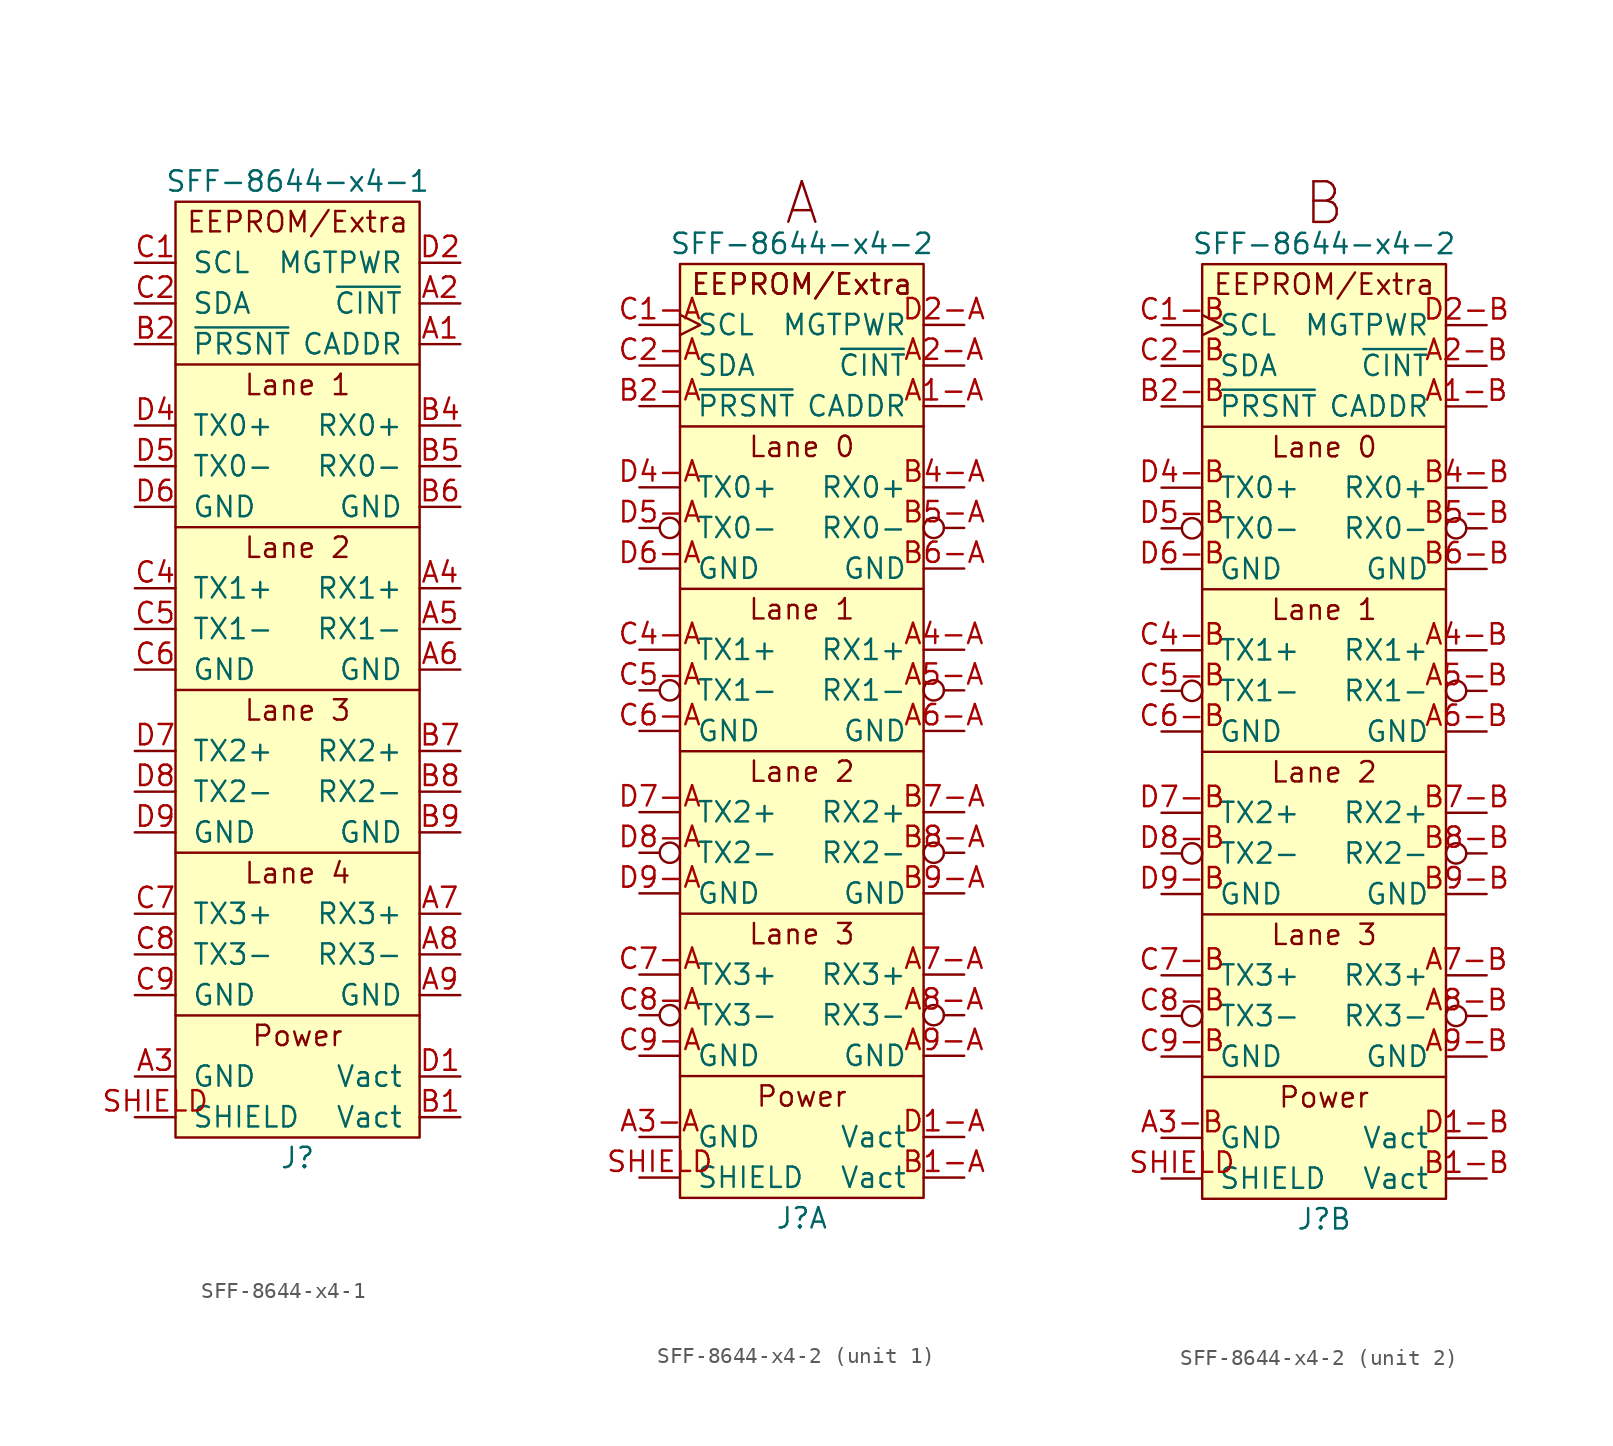
<source format=kicad_sym>
(kicad_symbol_lib
  (version 20201005)
  (generator kicad_symbol_editor)
  (symbol "lethalbit-pcie:SFF-8644-x4-1"
    (pin_names
      (offset 1.016))
    (property "Reference" "J"
      (at 0 -33.02 0)
      (effects (font (size 1.27 1.27))))
    (property "Value" "SFF-8644-x4-1"
      (at 0 27.94 0)
      (effects (font (size 1.27 1.27))))
    (symbol "SFF-8644-x4-1_0_0"
      (text "Lane 4" (at 0 -15.24 0) (effects (font (size 1.27 1.27))))
      (polyline (pts (xy -7.62 -13.97) (xy 7.62 -13.97)) (stroke (width 0)) (fill (type none))))
    (symbol "SFF-8644-x4-1_0_1"
      (rectangle (start -7.62 26.67) (end 7.62 -31.75) (stroke (width 0)) (fill (type background))))
    (symbol "SFF-8644-x4-1_1_1"
      (text "EEPROM/Extra" (at 0 25.4 0) (effects (font (size 1.27 1.27))))
      (text "Lane 1" (at 0 15.24 0) (effects (font (size 1.27 1.27))))
      (text "Lane 2" (at 0 5.08 0) (effects (font (size 1.27 1.27))))
      (text "Lane 3" (at 0 -5.08 0) (effects (font (size 1.27 1.27))))
      (text "Power" (at 0 -25.4 0) (effects (font (size 1.27 1.27))))
      (polyline (pts (xy -7.62 -3.81) (xy 7.62 -3.81)) (stroke (width 0)) (fill (type none)))
      (polyline (pts (xy -7.62 6.35) (xy 7.62 6.35)) (stroke (width 0)) (fill (type none)))
      (polyline (pts (xy -7.62 16.51) (xy 7.62 16.51)) (stroke (width 0)) (fill (type none)))
      (polyline (pts (xy 7.62 -24.13) (xy -7.62 -24.13)) (stroke (width 0)) (fill (type none)))
      (pin input line (at 10.16 17.78 180) (length 2.54) (name "CADDR" (effects (font (size 1.27 1.27)))) (number "A1" (effects (font (size 1.27 1.27)))))
      (pin input line (at 10.16 20.32 180) (length 2.54) (name "~CINT" (effects (font (size 1.27 1.27)))) (number "A2" (effects (font (size 1.27 1.27)))))
      (pin passive line (at -10.16 -27.94 0) (length 2.54) (name "GND" (effects (font (size 1.27 1.27)))) (number "A3" (effects (font (size 1.27 1.27)))))
      (pin input line (at 10.16 2.54 180) (length 2.54) (name "RX1+" (effects (font (size 1.27 1.27)))) (number "A4" (effects (font (size 1.27 1.27)))))
      (pin input line (at 10.16 0 180) (length 2.54) (name "RX1-" (effects (font (size 1.27 1.27)))) (number "A5" (effects (font (size 1.27 1.27)))))
      (pin input line (at 10.16 -2.54 180) (length 2.54) (name "GND" (effects (font (size 1.27 1.27)))) (number "A6" (effects (font (size 1.27 1.27)))))
      (pin input line (at 10.16 -17.78 180) (length 2.54) (name "RX3+" (effects (font (size 1.27 1.27)))) (number "A7" (effects (font (size 1.27 1.27)))))
      (pin input line (at 10.16 -20.32 180) (length 2.54) (name "RX3-" (effects (font (size 1.27 1.27)))) (number "A8" (effects (font (size 1.27 1.27)))))
      (pin input line (at 10.16 -22.86 180) (length 2.54) (name "GND" (effects (font (size 1.27 1.27)))) (number "A9" (effects (font (size 1.27 1.27)))))
      (pin passive line (at 10.16 -30.48 180) (length 2.54) (name "Vact" (effects (font (size 1.27 1.27)))) (number "B1" (effects (font (size 1.27 1.27)))))
      (pin input line (at -10.16 17.78 0) (length 2.54) (name "~PRSNT" (effects (font (size 1.27 1.27)))) (number "B2" (effects (font (size 1.27 1.27)))))
      (pin passive line (at -10.16 -27.94 0) (length 2.54) hide (name "GND" (effects (font (size 1.27 1.27)))) (number "B3" (effects (font (size 1.27 1.27)))))
      (pin input line (at 10.16 12.7 180) (length 2.54) (name "RX0+" (effects (font (size 1.27 1.27)))) (number "B4" (effects (font (size 1.27 1.27)))))
      (pin input line (at 10.16 10.16 180) (length 2.54) (name "RX0-" (effects (font (size 1.27 1.27)))) (number "B5" (effects (font (size 1.27 1.27)))))
      (pin input line (at 10.16 7.62 180) (length 2.54) (name "GND" (effects (font (size 1.27 1.27)))) (number "B6" (effects (font (size 1.27 1.27)))))
      (pin input line (at 10.16 -7.62 180) (length 2.54) (name "RX2+" (effects (font (size 1.27 1.27)))) (number "B7" (effects (font (size 1.27 1.27)))))
      (pin input line (at 10.16 -10.16 180) (length 2.54) (name "RX2-" (effects (font (size 1.27 1.27)))) (number "B8" (effects (font (size 1.27 1.27)))))
      (pin input line (at 10.16 -12.7 180) (length 2.54) (name "GND" (effects (font (size 1.27 1.27)))) (number "B9" (effects (font (size 1.27 1.27)))))
      (pin input line (at -10.16 22.86 0) (length 2.54) (name "SCL" (effects (font (size 1.27 1.27)))) (number "C1" (effects (font (size 1.27 1.27)))))
      (pin input line (at -10.16 20.32 0) (length 2.54) (name "SDA" (effects (font (size 1.27 1.27)))) (number "C2" (effects (font (size 1.27 1.27)))))
      (pin passive line (at -10.16 -27.94 0) (length 2.54) hide (name "GND" (effects (font (size 1.27 1.27)))) (number "C3" (effects (font (size 1.27 1.27)))))
      (pin input line (at -10.16 2.54 0) (length 2.54) (name "TX1+" (effects (font (size 1.27 1.27)))) (number "C4" (effects (font (size 1.27 1.27)))))
      (pin input line (at -10.16 0 0) (length 2.54) (name "TX1-" (effects (font (size 1.27 1.27)))) (number "C5" (effects (font (size 1.27 1.27)))))
      (pin input line (at -10.16 -2.54 0) (length 2.54) (name "GND" (effects (font (size 1.27 1.27)))) (number "C6" (effects (font (size 1.27 1.27)))))
      (pin input line (at -10.16 -17.78 0) (length 2.54) (name "TX3+" (effects (font (size 1.27 1.27)))) (number "C7" (effects (font (size 1.27 1.27)))))
      (pin input line (at -10.16 -20.32 0) (length 2.54) (name "TX3-" (effects (font (size 1.27 1.27)))) (number "C8" (effects (font (size 1.27 1.27)))))
      (pin input line (at -10.16 -22.86 0) (length 2.54) (name "GND" (effects (font (size 1.27 1.27)))) (number "C9" (effects (font (size 1.27 1.27)))))
      (pin passive line (at 10.16 -27.94 180) (length 2.54) (name "Vact" (effects (font (size 1.27 1.27)))) (number "D1" (effects (font (size 1.27 1.27)))))
      (pin input line (at 10.16 22.86 180) (length 2.54) (name "MGTPWR" (effects (font (size 1.27 1.27)))) (number "D2" (effects (font (size 1.27 1.27)))))
      (pin passive line (at -10.16 -27.94 0) (length 2.54) hide (name "GND" (effects (font (size 1.27 1.27)))) (number "D3" (effects (font (size 1.27 1.27)))))
      (pin input line (at -10.16 12.7 0) (length 2.54) (name "TX0+" (effects (font (size 1.27 1.27)))) (number "D4" (effects (font (size 1.27 1.27)))))
      (pin input line (at -10.16 10.16 0) (length 2.54) (name "TX0-" (effects (font (size 1.27 1.27)))) (number "D5" (effects (font (size 1.27 1.27)))))
      (pin input line (at -10.16 7.62 0) (length 2.54) (name "GND" (effects (font (size 1.27 1.27)))) (number "D6" (effects (font (size 1.27 1.27)))))
      (pin input line (at -10.16 -7.62 0) (length 2.54) (name "TX2+" (effects (font (size 1.27 1.27)))) (number "D7" (effects (font (size 1.27 1.27)))))
      (pin input line (at -10.16 -10.16 0) (length 2.54) (name "TX2-" (effects (font (size 1.27 1.27)))) (number "D8" (effects (font (size 1.27 1.27)))))
      (pin input line (at -10.16 -12.7 0) (length 2.54) (name "GND" (effects (font (size 1.27 1.27)))) (number "D9" (effects (font (size 1.27 1.27)))))
      (pin passive line (at -10.16 -30.48 0) (length 2.54) (name "SHIELD" (effects (font (size 1.27 1.27)))) (number "SHIELD" (effects (font (size 1.27 1.27)))))))
  (symbol "lethalbit-pcie:SFF-8644-x4-2"
    (pin_names
      (offset 1.016))
    (property "Reference" "J"
      (at 0 -33.02 0)
      (effects (font (size 1.27 1.27))))
    (property "Value" "SFF-8644-x4-2"
      (at 0 27.94 0)
      (effects (font (size 1.27 1.27))))
    (property "ki_locked" ""
      (at 0 0 0)
      (effects (font (size 1.27 1.27))))
    (symbol "SFF-8644-x4-2_0_0"
      (text "EEPROM/Extra" (at 0 25.4 0) (effects (font (size 1.27 1.27))))
      (text "Lane 0" (at 0 15.24 0) (effects (font (size 1.27 1.27))))
      (text "Lane 1" (at 0 5.08 0) (effects (font (size 1.27 1.27))))
      (text "Lane 2" (at 0 -5.08 0) (effects (font (size 1.27 1.27))))
      (text "Lane 3" (at 0 -15.24 0) (effects (font (size 1.27 1.27))))
      (text "Power" (at 0 -25.4 0) (effects (font (size 1.27 1.27))))
      (polyline (pts (xy -7.62 -13.97) (xy 7.62 -13.97)) (stroke (width 0)) (fill (type none))))
    (symbol "SFF-8644-x4-2_0_1"
      (rectangle (start -7.62 26.67) (end 7.62 -31.75) (stroke (width 0)) (fill (type background))))
    (symbol "SFF-8644-x4-2_1_0"
      (text "A" (at 0 30.48 0) (effects (font (size 2.54 2.54)))))
    (symbol "SFF-8644-x4-2_1_1"
      (text "EEPROM/Extra" (at 0 25.4 0) (effects (font (size 1.27 1.27))))
      (polyline (pts (xy -7.62 -3.81) (xy 7.62 -3.81)) (stroke (width 0)) (fill (type none)))
      (polyline (pts (xy -7.62 6.35) (xy 7.62 6.35)) (stroke (width 0)) (fill (type none)))
      (polyline (pts (xy -7.62 16.51) (xy 7.62 16.51)) (stroke (width 0)) (fill (type none)))
      (polyline (pts (xy 7.62 -24.13) (xy -7.62 -24.13)) (stroke (width 0)) (fill (type none)))
      (pin input line (at 10.16 17.78 180) (length 2.54) (name "CADDR" (effects (font (size 1.27 1.27)))) (number "A1-A" (effects (font (size 1.27 1.27)))))
      (pin passive line (at 10.16 20.32 180) (length 2.54) (name "~CINT" (effects (font (size 1.27 1.27)))) (number "A2-A" (effects (font (size 1.27 1.27)))))
      (pin passive line (at -10.16 -27.94 0) (length 2.54) (name "GND" (effects (font (size 1.27 1.27)))) (number "A3-A" (effects (font (size 1.27 1.27)))))
      (pin output line (at 10.16 2.54 180) (length 2.54) (name "RX1+" (effects (font (size 1.27 1.27)))) (number "A4-A" (effects (font (size 1.27 1.27)))))
      (pin output inverted (at 10.16 0 180) (length 2.54) (name "RX1-" (effects (font (size 1.27 1.27)))) (number "A5-A" (effects (font (size 1.27 1.27)))))
      (pin passive line (at 10.16 -2.54 180) (length 2.54) (name "GND" (effects (font (size 1.27 1.27)))) (number "A6-A" (effects (font (size 1.27 1.27)))))
      (pin output line (at 10.16 -17.78 180) (length 2.54) (name "RX3+" (effects (font (size 1.27 1.27)))) (number "A7-A" (effects (font (size 1.27 1.27)))))
      (pin output inverted (at 10.16 -20.32 180) (length 2.54) (name "RX3-" (effects (font (size 1.27 1.27)))) (number "A8-A" (effects (font (size 1.27 1.27)))))
      (pin passive line (at 10.16 -22.86 180) (length 2.54) (name "GND" (effects (font (size 1.27 1.27)))) (number "A9-A" (effects (font (size 1.27 1.27)))))
      (pin passive line (at -10.16 17.78 0) (length 2.54) (name "~PRSNT" (effects (font (size 1.27 1.27)))) (number "B2-A" (effects (font (size 1.27 1.27)))))
      (pin passive line (at -10.16 -27.94 0) (length 2.54) hide (name "GND" (effects (font (size 1.27 1.27)))) (number "B3-A" (effects (font (size 1.27 1.27)))))
      (pin output line (at 10.16 12.7 180) (length 2.54) (name "RX0+" (effects (font (size 1.27 1.27)))) (number "B4-A" (effects (font (size 1.27 1.27)))))
      (pin output inverted (at 10.16 10.16 180) (length 2.54) (name "RX0-" (effects (font (size 1.27 1.27)))) (number "B5-A" (effects (font (size 1.27 1.27)))))
      (pin passive line (at 10.16 7.62 180) (length 2.54) (name "GND" (effects (font (size 1.27 1.27)))) (number "B6-A" (effects (font (size 1.27 1.27)))))
      (pin output line (at 10.16 -7.62 180) (length 2.54) (name "RX2+" (effects (font (size 1.27 1.27)))) (number "B7-A" (effects (font (size 1.27 1.27)))))
      (pin output inverted (at 10.16 -10.16 180) (length 2.54) (name "RX2-" (effects (font (size 1.27 1.27)))) (number "B8-A" (effects (font (size 1.27 1.27)))))
      (pin passive line (at 10.16 -12.7 180) (length 2.54) (name "GND" (effects (font (size 1.27 1.27)))) (number "B9-A" (effects (font (size 1.27 1.27)))))
      (pin input clock (at -10.16 22.86 0) (length 2.54) (name "SCL" (effects (font (size 1.27 1.27)))) (number "C1-A" (effects (font (size 1.27 1.27)))))
      (pin output line (at -10.16 20.32 0) (length 2.54) (name "SDA" (effects (font (size 1.27 1.27)))) (number "C2-A" (effects (font (size 1.27 1.27)))))
      (pin passive line (at -10.16 -27.94 0) (length 2.54) hide (name "GND" (effects (font (size 1.27 1.27)))) (number "C3-A" (effects (font (size 1.27 1.27)))))
      (pin input line (at -10.16 2.54 0) (length 2.54) (name "TX1+" (effects (font (size 1.27 1.27)))) (number "C4-A" (effects (font (size 1.27 1.27)))))
      (pin input inverted (at -10.16 0 0) (length 2.54) (name "TX1-" (effects (font (size 1.27 1.27)))) (number "C5-A" (effects (font (size 1.27 1.27)))))
      (pin passive line (at -10.16 -2.54 0) (length 2.54) (name "GND" (effects (font (size 1.27 1.27)))) (number "C6-A" (effects (font (size 1.27 1.27)))))
      (pin input line (at -10.16 -17.78 0) (length 2.54) (name "TX3+" (effects (font (size 1.27 1.27)))) (number "C7-A" (effects (font (size 1.27 1.27)))))
      (pin input inverted (at -10.16 -20.32 0) (length 2.54) (name "TX3-" (effects (font (size 1.27 1.27)))) (number "C8-A" (effects (font (size 1.27 1.27)))))
      (pin passive line (at -10.16 -22.86 0) (length 2.54) (name "GND" (effects (font (size 1.27 1.27)))) (number "C9-A" (effects (font (size 1.27 1.27)))))
      (pin power_out line (at 10.16 22.86 180) (length 2.54) (name "MGTPWR" (effects (font (size 1.27 1.27)))) (number "D2-A" (effects (font (size 1.27 1.27)))))
      (pin passive line (at -10.16 -27.94 0) (length 2.54) hide (name "GND" (effects (font (size 1.27 1.27)))) (number "D3-A" (effects (font (size 1.27 1.27)))))
      (pin input line (at -10.16 12.7 0) (length 2.54) (name "TX0+" (effects (font (size 1.27 1.27)))) (number "D4-A" (effects (font (size 1.27 1.27)))))
      (pin input inverted (at -10.16 10.16 0) (length 2.54) (name "TX0-" (effects (font (size 1.27 1.27)))) (number "D5-A" (effects (font (size 1.27 1.27)))))
      (pin passive line (at -10.16 7.62 0) (length 2.54) (name "GND" (effects (font (size 1.27 1.27)))) (number "D6-A" (effects (font (size 1.27 1.27)))))
      (pin input line (at -10.16 -7.62 0) (length 2.54) (name "TX2+" (effects (font (size 1.27 1.27)))) (number "D7-A" (effects (font (size 1.27 1.27)))))
      (pin input inverted (at -10.16 -10.16 0) (length 2.54) (name "TX2-" (effects (font (size 1.27 1.27)))) (number "D8-A" (effects (font (size 1.27 1.27)))))
      (pin passive line (at -10.16 -12.7 0) (length 2.54) (name "GND" (effects (font (size 1.27 1.27)))) (number "D9-A" (effects (font (size 1.27 1.27)))))
      (pin passive line (at -10.16 -30.48 0) (length 2.54) (name "SHIELD" (effects (font (size 1.27 1.27)))) (number "SHIELD" (effects (font (size 1.27 1.27)))))
      (pin passive line (at 10.16 -30.48 180) (length 2.54) (name "Vact" (effects (font (size 1.27 1.27)))) (number "B1-A" (effects (font (size 1.27 1.27)))))
      (pin passive line (at 10.16 -27.94 180) (length 2.54) (name "Vact" (effects (font (size 1.27 1.27)))) (number "D1-A" (effects (font (size 1.27 1.27))))))
    (symbol "SFF-8644-x4-2_2_1"
      (text "B" (at 0 30.48 0) (effects (font (size 2.54 2.54))))
      (polyline (pts (xy -7.62 -3.81) (xy 7.62 -3.81)) (stroke (width 0)) (fill (type none)))
      (polyline (pts (xy -7.62 6.35) (xy 7.62 6.35)) (stroke (width 0)) (fill (type none)))
      (polyline (pts (xy -7.62 16.51) (xy 7.62 16.51)) (stroke (width 0)) (fill (type none)))
      (polyline (pts (xy 7.62 -24.13) (xy -7.62 -24.13)) (stroke (width 0)) (fill (type none)))
      (pin input line (at 10.16 17.78 180) (length 2.54) (name "CADDR" (effects (font (size 1.27 1.27)))) (number "A1-B" (effects (font (size 1.27 1.27)))))
      (pin passive line (at 10.16 20.32 180) (length 2.54) (name "~CINT" (effects (font (size 1.27 1.27)))) (number "A2-B" (effects (font (size 1.27 1.27)))))
      (pin passive line (at -10.16 -27.94 0) (length 2.54) (name "GND" (effects (font (size 1.27 1.27)))) (number "A3-B" (effects (font (size 1.27 1.27)))))
      (pin output line (at 10.16 2.54 180) (length 2.54) (name "RX1+" (effects (font (size 1.27 1.27)))) (number "A4-B" (effects (font (size 1.27 1.27)))))
      (pin output inverted (at 10.16 0 180) (length 2.54) (name "RX1-" (effects (font (size 1.27 1.27)))) (number "A5-B" (effects (font (size 1.27 1.27)))))
      (pin passive line (at 10.16 -2.54 180) (length 2.54) (name "GND" (effects (font (size 1.27 1.27)))) (number "A6-B" (effects (font (size 1.27 1.27)))))
      (pin output line (at 10.16 -17.78 180) (length 2.54) (name "RX3+" (effects (font (size 1.27 1.27)))) (number "A7-B" (effects (font (size 1.27 1.27)))))
      (pin output inverted (at 10.16 -20.32 180) (length 2.54) (name "RX3-" (effects (font (size 1.27 1.27)))) (number "A8-B" (effects (font (size 1.27 1.27)))))
      (pin passive line (at 10.16 -22.86 180) (length 2.54) (name "GND" (effects (font (size 1.27 1.27)))) (number "A9-B" (effects (font (size 1.27 1.27)))))
      (pin passive line (at -10.16 17.78 0) (length 2.54) (name "~PRSNT" (effects (font (size 1.27 1.27)))) (number "B2-B" (effects (font (size 1.27 1.27)))))
      (pin passive line (at -10.16 -27.94 0) (length 2.54) hide (name "GND" (effects (font (size 1.27 1.27)))) (number "B3-B" (effects (font (size 1.27 1.27)))))
      (pin output line (at 10.16 12.7 180) (length 2.54) (name "RX0+" (effects (font (size 1.27 1.27)))) (number "B4-B" (effects (font (size 1.27 1.27)))))
      (pin output inverted (at 10.16 10.16 180) (length 2.54) (name "RX0-" (effects (font (size 1.27 1.27)))) (number "B5-B" (effects (font (size 1.27 1.27)))))
      (pin passive line (at 10.16 7.62 180) (length 2.54) (name "GND" (effects (font (size 1.27 1.27)))) (number "B6-B" (effects (font (size 1.27 1.27)))))
      (pin output line (at 10.16 -7.62 180) (length 2.54) (name "RX2+" (effects (font (size 1.27 1.27)))) (number "B7-B" (effects (font (size 1.27 1.27)))))
      (pin output inverted (at 10.16 -10.16 180) (length 2.54) (name "RX2-" (effects (font (size 1.27 1.27)))) (number "B8-B" (effects (font (size 1.27 1.27)))))
      (pin passive line (at 10.16 -12.7 180) (length 2.54) (name "GND" (effects (font (size 1.27 1.27)))) (number "B9-B" (effects (font (size 1.27 1.27)))))
      (pin input clock (at -10.16 22.86 0) (length 2.54) (name "SCL" (effects (font (size 1.27 1.27)))) (number "C1-B" (effects (font (size 1.27 1.27)))))
      (pin output line (at -10.16 20.32 0) (length 2.54) (name "SDA" (effects (font (size 1.27 1.27)))) (number "C2-B" (effects (font (size 1.27 1.27)))))
      (pin passive line (at -10.16 -27.94 0) (length 2.54) hide (name "GND" (effects (font (size 1.27 1.27)))) (number "C3-B" (effects (font (size 1.27 1.27)))))
      (pin input line (at -10.16 2.54 0) (length 2.54) (name "TX1+" (effects (font (size 1.27 1.27)))) (number "C4-B" (effects (font (size 1.27 1.27)))))
      (pin input inverted (at -10.16 0 0) (length 2.54) (name "TX1-" (effects (font (size 1.27 1.27)))) (number "C5-B" (effects (font (size 1.27 1.27)))))
      (pin passive line (at -10.16 -2.54 0) (length 2.54) (name "GND" (effects (font (size 1.27 1.27)))) (number "C6-B" (effects (font (size 1.27 1.27)))))
      (pin input line (at -10.16 -17.78 0) (length 2.54) (name "TX3+" (effects (font (size 1.27 1.27)))) (number "C7-B" (effects (font (size 1.27 1.27)))))
      (pin input inverted (at -10.16 -20.32 0) (length 2.54) (name "TX3-" (effects (font (size 1.27 1.27)))) (number "C8-B" (effects (font (size 1.27 1.27)))))
      (pin passive line (at -10.16 -22.86 0) (length 2.54) (name "GND" (effects (font (size 1.27 1.27)))) (number "C9-B" (effects (font (size 1.27 1.27)))))
      (pin power_in line (at 10.16 22.86 180) (length 2.54) (name "MGTPWR" (effects (font (size 1.27 1.27)))) (number "D2-B" (effects (font (size 1.27 1.27)))))
      (pin passive line (at -10.16 -27.94 0) (length 2.54) hide (name "GND" (effects (font (size 1.27 1.27)))) (number "D3-B" (effects (font (size 1.27 1.27)))))
      (pin input line (at -10.16 12.7 0) (length 2.54) (name "TX0+" (effects (font (size 1.27 1.27)))) (number "D4-B" (effects (font (size 1.27 1.27)))))
      (pin input inverted (at -10.16 10.16 0) (length 2.54) (name "TX0-" (effects (font (size 1.27 1.27)))) (number "D5-B" (effects (font (size 1.27 1.27)))))
      (pin passive line (at -10.16 7.62 0) (length 2.54) (name "GND" (effects (font (size 1.27 1.27)))) (number "D6-B" (effects (font (size 1.27 1.27)))))
      (pin input line (at -10.16 -7.62 0) (length 2.54) (name "TX2+" (effects (font (size 1.27 1.27)))) (number "D7-B" (effects (font (size 1.27 1.27)))))
      (pin input inverted (at -10.16 -10.16 0) (length 2.54) (name "TX2-" (effects (font (size 1.27 1.27)))) (number "D8-B" (effects (font (size 1.27 1.27)))))
      (pin passive line (at -10.16 -12.7 0) (length 2.54) (name "GND" (effects (font (size 1.27 1.27)))) (number "D9-B" (effects (font (size 1.27 1.27)))))
      (pin passive line (at -10.16 -30.48 0) (length 2.54) (name "SHIELD" (effects (font (size 1.27 1.27)))) (number "SHIELD" (effects (font (size 1.27 1.27)))))
      (pin passive line (at 10.16 -30.48 180) (length 2.54) (name "Vact" (effects (font (size 1.27 1.27)))) (number "B1-B" (effects (font (size 1.27 1.27)))))
      (pin passive line (at 10.16 -27.94 180) (length 2.54) (name "Vact" (effects (font (size 1.27 1.27)))) (number "D1-B" (effects (font (size 1.27 1.27))))))))
</source>
